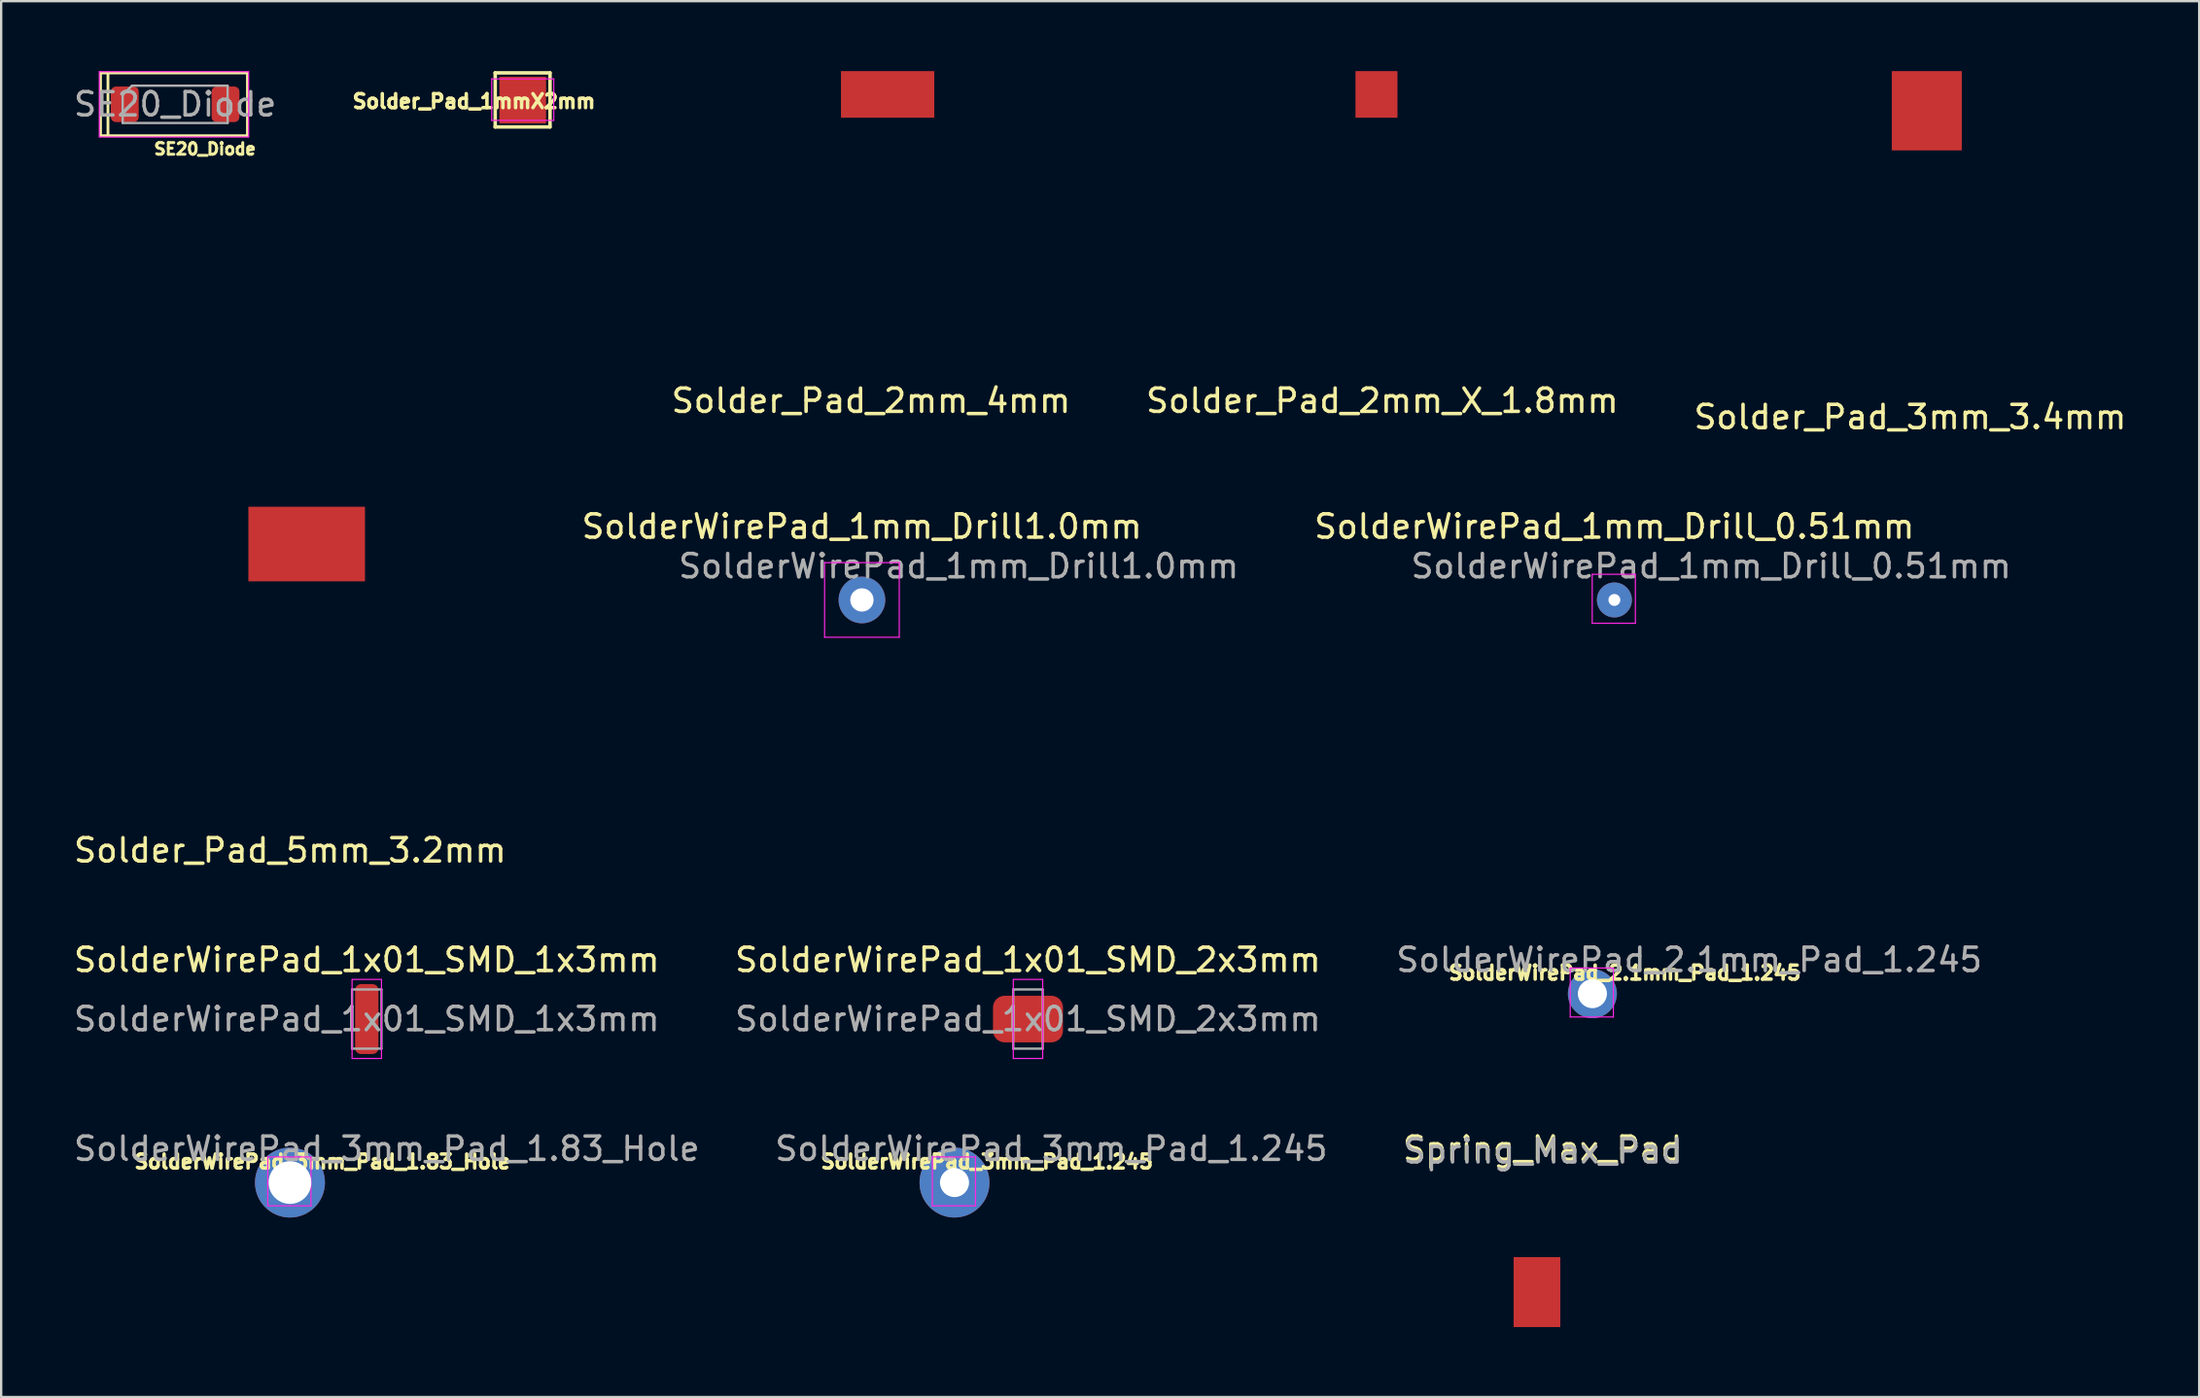
<source format=kicad_pcb>
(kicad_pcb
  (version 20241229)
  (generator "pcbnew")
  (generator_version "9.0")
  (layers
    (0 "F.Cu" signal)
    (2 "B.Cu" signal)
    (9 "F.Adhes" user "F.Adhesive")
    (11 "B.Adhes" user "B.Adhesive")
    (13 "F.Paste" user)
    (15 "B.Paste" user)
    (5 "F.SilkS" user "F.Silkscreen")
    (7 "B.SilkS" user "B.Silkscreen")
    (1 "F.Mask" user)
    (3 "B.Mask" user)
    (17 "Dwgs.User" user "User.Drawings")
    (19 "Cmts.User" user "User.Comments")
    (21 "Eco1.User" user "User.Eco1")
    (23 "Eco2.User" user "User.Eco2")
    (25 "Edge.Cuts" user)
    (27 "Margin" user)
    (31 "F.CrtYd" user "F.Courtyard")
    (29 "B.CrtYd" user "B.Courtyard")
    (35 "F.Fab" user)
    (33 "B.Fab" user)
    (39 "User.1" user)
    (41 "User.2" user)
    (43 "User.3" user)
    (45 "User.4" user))
  (footprint "SolderWirePad_3mm_Pad_1.83_Hole"
    (layer "F.Cu")
    (at 9.38 47.678)
    (property "Reference" "SolderWirePad_3mm_Pad_1.83_Hole" (at 1.39 -0.894 0) (layer "F.SilkS") (effects (font (size 0.6 0.6) (thickness 0.15))))
    (attr exclude_from_pos_files exclude_from_bom)
    (fp_line (start -0.95 -1.1) (end -0.95 1) (stroke (width 0.05) (type solid)) (layer "F.CrtYd"))
    (fp_line (start -0.95 -1.1) (end 0.9 -1.1) (stroke (width 0.05) (type solid)) (layer "F.CrtYd"))
    (fp_line (start 0.9 1) (end -0.95 1) (stroke (width 0.05) (type solid)) (layer "F.CrtYd"))
    (fp_line (start 0.9 1) (end 0.9 -1.1) (stroke (width 0.05) (type solid)) (layer "F.CrtYd"))
    (fp_text user "${REFERENCE}" (at 4.15 -1.45 0) (layer "F.Fab") (effects (font (size 1 1) (thickness 0.15))))
    (pad "1" thru_hole circle (at 0 0) (size 3 3) (drill 1.83) (layers "*.Cu" "*.Mask")))
  (footprint "SolderWirePad_2.1mm_Pad_1.245"
    (layer "F.Cu")
    (at 65.213 39.575)
    (property "Reference" "SolderWirePad_2.1mm_Pad_1.245" (at 1.39 -0.894 0) (layer "F.SilkS") (effects (font (size 0.6 0.6) (thickness 0.15))))
    (attr exclude_from_pos_files exclude_from_bom)
    (fp_line (start -0.95 -1.1) (end -0.95 1) (stroke (width 0.05) (type solid)) (layer "F.CrtYd"))
    (fp_line (start -0.95 -1.1) (end 0.9 -1.1) (stroke (width 0.05) (type solid)) (layer "F.CrtYd"))
    (fp_line (start 0.9 1) (end -0.95 1) (stroke (width 0.05) (type solid)) (layer "F.CrtYd"))
    (fp_line (start 0.9 1) (end 0.9 -1.1) (stroke (width 0.05) (type solid)) (layer "F.CrtYd"))
    (fp_text user "${REFERENCE}" (at 4.15 -1.45 0) (layer "F.Fab") (effects (font (size 1 1) (thickness 0.15))))
    (pad "1" thru_hole circle (at 0 0) (size 2.1 2.1) (drill 1.245) (layers "*.Cu" "*.Mask")))
  (footprint "SolderWirePad_1x01_SMD_1x3mm"
    (layer "F.Cu")
    (at 12.673 40.665)
    (property "Reference" "SolderWirePad_1x01_SMD_1x3mm" (at 0 -2.54 0) (layer "F.SilkS") (effects (font (size 1 1) (thickness 0.15))))
    (attr exclude_from_pos_files exclude_from_bom)
    (fp_line (start -0.63 -1.69) (end -0.63 1.69) (stroke (width 0.05) (type solid)) (layer "F.CrtYd"))
    (fp_line (start -0.63 1.69) (end 0.63 1.69) (stroke (width 0.05) (type solid)) (layer "F.CrtYd"))
    (fp_line (start 0.63 -1.7) (end -0.63 -1.7) (stroke (width 0.05) (type solid)) (layer "F.CrtYd"))
    (fp_line (start 0.63 1.69) (end 0.63 -1.69) (stroke (width 0.05) (type solid)) (layer "F.CrtYd"))
    (fp_line (start -0.63 -1.27) (end 0.63 -1.27) (stroke (width 0.1) (type solid)) (layer "F.Fab"))
    (fp_line (start -0.63 1.27) (end -0.63 -1.27) (stroke (width 0.1) (type solid)) (layer "F.Fab"))
    (fp_line (start 0.63 -1.27) (end 0.63 1.27) (stroke (width 0.1) (type solid)) (layer "F.Fab"))
    (fp_line (start 0.63 1.27) (end -0.63 1.27) (stroke (width 0.1) (type solid)) (layer "F.Fab"))
    (fp_text user "${REFERENCE}" (at 0 0 0) (layer "F.Fab") (effects (font (size 1 1) (thickness 0.15))))
    (pad "1" smd roundrect (at 0 0) (size 1 3) (layers "F.Cu" "F.Mask" "F.Paste") (roundrect_rratio 0.25)))
  (footprint "SolderWirePad_1mm_Drill1.0mm"
    (layer "F.Cu")
    (at 33.899 22.686)
    (property "Reference" "SolderWirePad_1mm_Drill1.0mm" (at 0 -3.15 0) (layer "F.SilkS") (effects (font (size 1 1) (thickness 0.15))))
    (attr exclude_from_pos_files exclude_from_bom)
    (fp_line (start -1.6 -1.6) (end -1.6 1.6) (stroke (width 0.05) (type solid)) (layer "F.CrtYd"))
    (fp_line (start -1.6 -1.6) (end 1.6 -1.6) (stroke (width 0.05) (type solid)) (layer "F.CrtYd"))
    (fp_line (start 1.6 1.6) (end -1.6 1.6) (stroke (width 0.05) (type solid)) (layer "F.CrtYd"))
    (fp_line (start 1.6 1.6) (end 1.6 -1.6) (stroke (width 0.05) (type solid)) (layer "F.CrtYd"))
    (fp_text user "${REFERENCE}" (at 4.15 -1.45 0) (layer "F.Fab") (effects (font (size 1 1) (thickness 0.15))))
    (pad "1" thru_hole circle (at 0 0) (size 2 2) (drill 1) (layers "*.Cu" "*.Mask")))
  (footprint "Solder_Pad_1mmX2mm"
    (layer "F.Cu")
    (at 19.359 1.245)
    (property "Reference" "Solder_Pad_1mmX2mm" (at -2.092 0.052 0) (layer "F.SilkS") (effects (font (size 0.6 0.6) (thickness 0.15))))
    (attr smd)
    (fp_line (start -1.185 -1.17) (end 1.165 -1.17) (stroke (width 0.15) (type solid)) (layer "F.SilkS"))
    (fp_line (start -1.18 1.15) (end -1.18 -1.17) (stroke (width 0.15) (type solid)) (layer "F.SilkS"))
    (fp_line (start 1.165 1.15) (end -1.185 1.15) (stroke (width 0.15) (type solid)) (layer "F.SilkS"))
    (fp_line (start 1.17 -1.17) (end 1.17 1.15) (stroke (width 0.15) (type solid)) (layer "F.SilkS"))
    (fp_line (start -1.33 -0.91) (end 1.33 -0.91) (stroke (width 0.05) (type solid)) (layer "F.CrtYd"))
    (fp_line (start -1.33 0.87) (end -1.33 -0.91) (stroke (width 0.05) (type solid)) (layer "F.CrtYd"))
    (fp_line (start 1.33 -0.91) (end 1.33 0.87) (stroke (width 0.05) (type solid)) (layer "F.CrtYd"))
    (fp_line (start 1.33 0.87) (end -1.33 0.87) (stroke (width 0.05) (type solid)) (layer "F.CrtYd"))
    (pad "1" smd rect (at 0 0) (size 2 2) (layers "F.Cu" "F.Mask" "F.Paste")))
  (footprint "SolderWirePad_3mm_Pad_1.245"
    (layer "F.Cu")
    (at 37.868 47.678)
    (property "Reference" "SolderWirePad_3mm_Pad_1.245" (at 1.39 -0.894 0) (layer "F.SilkS") (effects (font (size 0.6 0.6) (thickness 0.15))))
    (attr exclude_from_pos_files exclude_from_bom)
    (fp_line (start -0.95 -1.1) (end -0.95 1) (stroke (width 0.05) (type solid)) (layer "F.CrtYd"))
    (fp_line (start -0.95 -1.1) (end 0.9 -1.1) (stroke (width 0.05) (type solid)) (layer "F.CrtYd"))
    (fp_line (start 0.9 1) (end -0.95 1) (stroke (width 0.05) (type solid)) (layer "F.CrtYd"))
    (fp_line (start 0.9 1) (end 0.9 -1.1) (stroke (width 0.05) (type solid)) (layer "F.CrtYd"))
    (fp_text user "${REFERENCE}" (at 4.15 -1.45 0) (layer "F.Fab") (effects (font (size 1 1) (thickness 0.15))))
    (pad "1" thru_hole circle (at 0 0) (size 3 3) (drill 1.245) (layers "*.Cu" "*.Mask")))
  (footprint "Spring_Max_Pad"
    (layer "F.Cu")
    (at 62.837 52.378)
    (property "Reference" "Spring_Max_Pad" (at 0.24 -6.15 0) (layer "F.SilkS") (effects (font (size 1 1) (thickness 0.15))))
    (attr exclude_from_pos_files exclude_from_bom)
    (fp_text user "${REFERENCE}" (at 0.26 -6.04 0) (layer "F.Fab") (effects (font (size 1 1) (thickness 0.15))))
    (pad "1" smd rect (at 0 0) (size 2 3) (layers "F.Cu" "F.Mask")))
  (footprint "SolderWirePad_1mm_Drill_0.51mm"
    (layer "F.Cu")
    (at 66.156 22.686)
    (property "Reference" "SolderWirePad_1mm_Drill_0.51mm" (at 0 -3.15 0) (layer "F.SilkS") (effects (font (size 1 1) (thickness 0.15))))
    (attr exclude_from_pos_files exclude_from_bom)
    (fp_line (start -0.95 -1.1) (end -0.95 1) (stroke (width 0.05) (type solid)) (layer "F.CrtYd"))
    (fp_line (start -0.95 -1.1) (end 0.9 -1.1) (stroke (width 0.05) (type solid)) (layer "F.CrtYd"))
    (fp_line (start 0.9 1) (end -0.95 1) (stroke (width 0.05) (type solid)) (layer "F.CrtYd"))
    (fp_line (start 0.9 1) (end 0.9 -1.1) (stroke (width 0.05) (type solid)) (layer "F.CrtYd"))
    (fp_text user "${REFERENCE}" (at 4.15 -1.45 0) (layer "F.Fab") (effects (font (size 1 1) (thickness 0.15))))
    (pad "1" thru_hole circle (at 0 0) (size 1.5 1.5) (drill 0.51) (layers "*.Cu" "*.Mask")))
  (footprint "Solder_Pad_2mm_4mm"
    (layer "F.Cu")
    (at 34.041 1)
    (property "Reference" "Solder_Pad_2mm_4mm" (at 0.25 13.14 0) (layer "F.SilkS") (effects (font (size 1 1) (thickness 0.15))))
    (attr through_hole)
    (pad "1" smd rect (at -0.04 0) (size 4 2) (drill (offset 1 0)) (layers "F.Cu" "F.Mask" "F.Paste")))
  (footprint "SolderWirePad_1x01_SMD_2x3mm"
    (layer "F.Cu")
    (at 41.018 40.665)
    (property "Reference" "SolderWirePad_1x01_SMD_2x3mm" (at 0 -2.54 0) (layer "F.SilkS") (effects (font (size 1 1) (thickness 0.15))))
    (attr exclude_from_pos_files exclude_from_bom)
    (fp_line (start -0.63 -1.69) (end -0.63 1.69) (stroke (width 0.05) (type solid)) (layer "F.CrtYd"))
    (fp_line (start -0.63 1.69) (end 0.63 1.69) (stroke (width 0.05) (type solid)) (layer "F.CrtYd"))
    (fp_line (start 0.63 -1.7) (end -0.63 -1.7) (stroke (width 0.05) (type solid)) (layer "F.CrtYd"))
    (fp_line (start 0.63 1.69) (end 0.63 -1.69) (stroke (width 0.05) (type solid)) (layer "F.CrtYd"))
    (fp_line (start -0.63 -1.27) (end 0.63 -1.27) (stroke (width 0.1) (type solid)) (layer "F.Fab"))
    (fp_line (start -0.63 1.27) (end -0.63 -1.27) (stroke (width 0.1) (type solid)) (layer "F.Fab"))
    (fp_line (start 0.63 -1.27) (end 0.63 1.27) (stroke (width 0.1) (type solid)) (layer "F.Fab"))
    (fp_line (start 0.63 1.27) (end -0.63 1.27) (stroke (width 0.1) (type solid)) (layer "F.Fab"))
    (fp_text user "${REFERENCE}" (at 0 0 0) (layer "F.Fab") (effects (font (size 1 1) (thickness 0.15))))
    (pad "1" smd roundrect (at 0 0) (size 3 2) (layers "F.Cu" "F.Mask" "F.Paste") (roundrect_rratio 0.25)))
  (footprint "Solder_Pad_5mm_3.2mm"
    (layer "F.Cu")
    (at 9.137 20.288)
    (property "Reference" "Solder_Pad_5mm_3.2mm" (at 0.25 13.14 0) (layer "F.SilkS") (effects (font (size 1 1) (thickness 0.15))))
    (attr through_hole)
    (pad "1" smd rect (at -0.04 0) (size 5 3.2) (drill (offset 1 0)) (layers "F.Cu" "F.Mask" "F.Paste")))
  (footprint "SE20_Diode"
    (layer "F.Cu")
    (at 4.458 1.425)
    (property "Reference" "SE20_Diode" (at 1.279 1.917 0) (layer "F.SilkS") (effects (font (size 0.5 0.5) (thickness 0.125))))
    (attr smd)
    (fp_line (start -3.2 -1.346) (end -3.2 1.346) (stroke (width 0.12) (type solid)) (layer "F.SilkS"))
    (fp_line (start -3.2 1.346) (end 3.1 1.346) (stroke (width 0.12) (type solid)) (layer "F.SilkS"))
    (fp_line (start -2.88 -1.346) (end -2.88 1.346) (stroke (width 0.12) (type solid)) (layer "F.SilkS"))
    (fp_line (start 3.1 -1.346) (end -3.2 -1.346) (stroke (width 0.12) (type solid)) (layer "F.SilkS"))
    (fp_line (start 3.1 -1.346) (end 3.1 1.346) (stroke (width 0.12) (type solid)) (layer "F.SilkS"))
    (fp_line (start -3.25 -1.4) (end -3.25 1.4) (stroke (width 0.05) (type solid)) (layer "F.CrtYd"))
    (fp_line (start -3.25 -1.4) (end 3.15 -1.4) (stroke (width 0.05) (type solid)) (layer "F.CrtYd"))
    (fp_line (start 3.15 -1.4) (end 3.15 1.4) (stroke (width 0.05) (type solid)) (layer "F.CrtYd"))
    (fp_line (start 3.15 1.4) (end -3.25 1.4) (stroke (width 0.05) (type solid)) (layer "F.CrtYd"))
    (fp_line (start -2.25 -0.4) (end -2.25 0.8) (stroke (width 0.1) (type solid)) (layer "F.Fab"))
    (fp_line (start -2.25 0.8) (end 2.25 0.8) (stroke (width 0.1) (type solid)) (layer "F.Fab"))
    (fp_line (start -1.85 -0.8) (end -2.25 -0.4) (stroke (width 0.1) (type solid)) (layer "F.Fab"))
    (fp_line (start 2.25 -0.8) (end -1.85 -0.8) (stroke (width 0.1) (type solid)) (layer "F.Fab"))
    (fp_line (start 2.25 0.8) (end 2.25 -0.8) (stroke (width 0.1) (type solid)) (layer "F.Fab"))
    (fp_text user "${REFERENCE}" (at 0 0 0) (layer "F.Fab") (effects (font (size 1 1) (thickness 0.15))))
    (pad "1" smd roundrect (at -2.159 0) (size 1.194 1.524) (layers "F.Cu" "F.Mask" "F.Paste") (roundrect_rratio 0.179))
    (pad "2" smd roundrect (at 2.159 0) (size 1.194 1.524) (layers "F.Cu" "F.Mask" "F.Paste") (roundrect_rratio 0.179)))
  (footprint "Solder_Pad_2mm_X_1.8mm"
    (layer "F.Cu")
    (at 55.957 1)
    (property "Reference" "Solder_Pad_2mm_X_1.8mm" (at 0.25 13.14 0) (layer "F.SilkS") (effects (font (size 1 1) (thickness 0.15))))
    (attr through_hole)
    (pad "1" smd rect (at 0 0) (size 1.8 2) (layers "F.Cu" "F.Mask" "F.Paste")))
  (footprint "Solder_Pad_3mm_3.4mm"
    (layer "F.Cu")
    (at 78.588 1.7)
    (property "Reference" "Solder_Pad_3mm_3.4mm" (at 0.25 13.14 0) (layer "F.SilkS") (effects (font (size 1 1) (thickness 0.15))))
    (attr through_hole)
    (pad "1" smd rect (at -0.04 0) (size 3 3.4) (drill (offset 1 0)) (layers "F.Cu" "F.Mask" "F.Paste")))
  (gr_rect
    (start -3 -3)
    (end 91.225 56.878)
    (stroke (width 0.1) (type default))
    (fill no)
    (layer "Edge.Cuts")))
</source>
